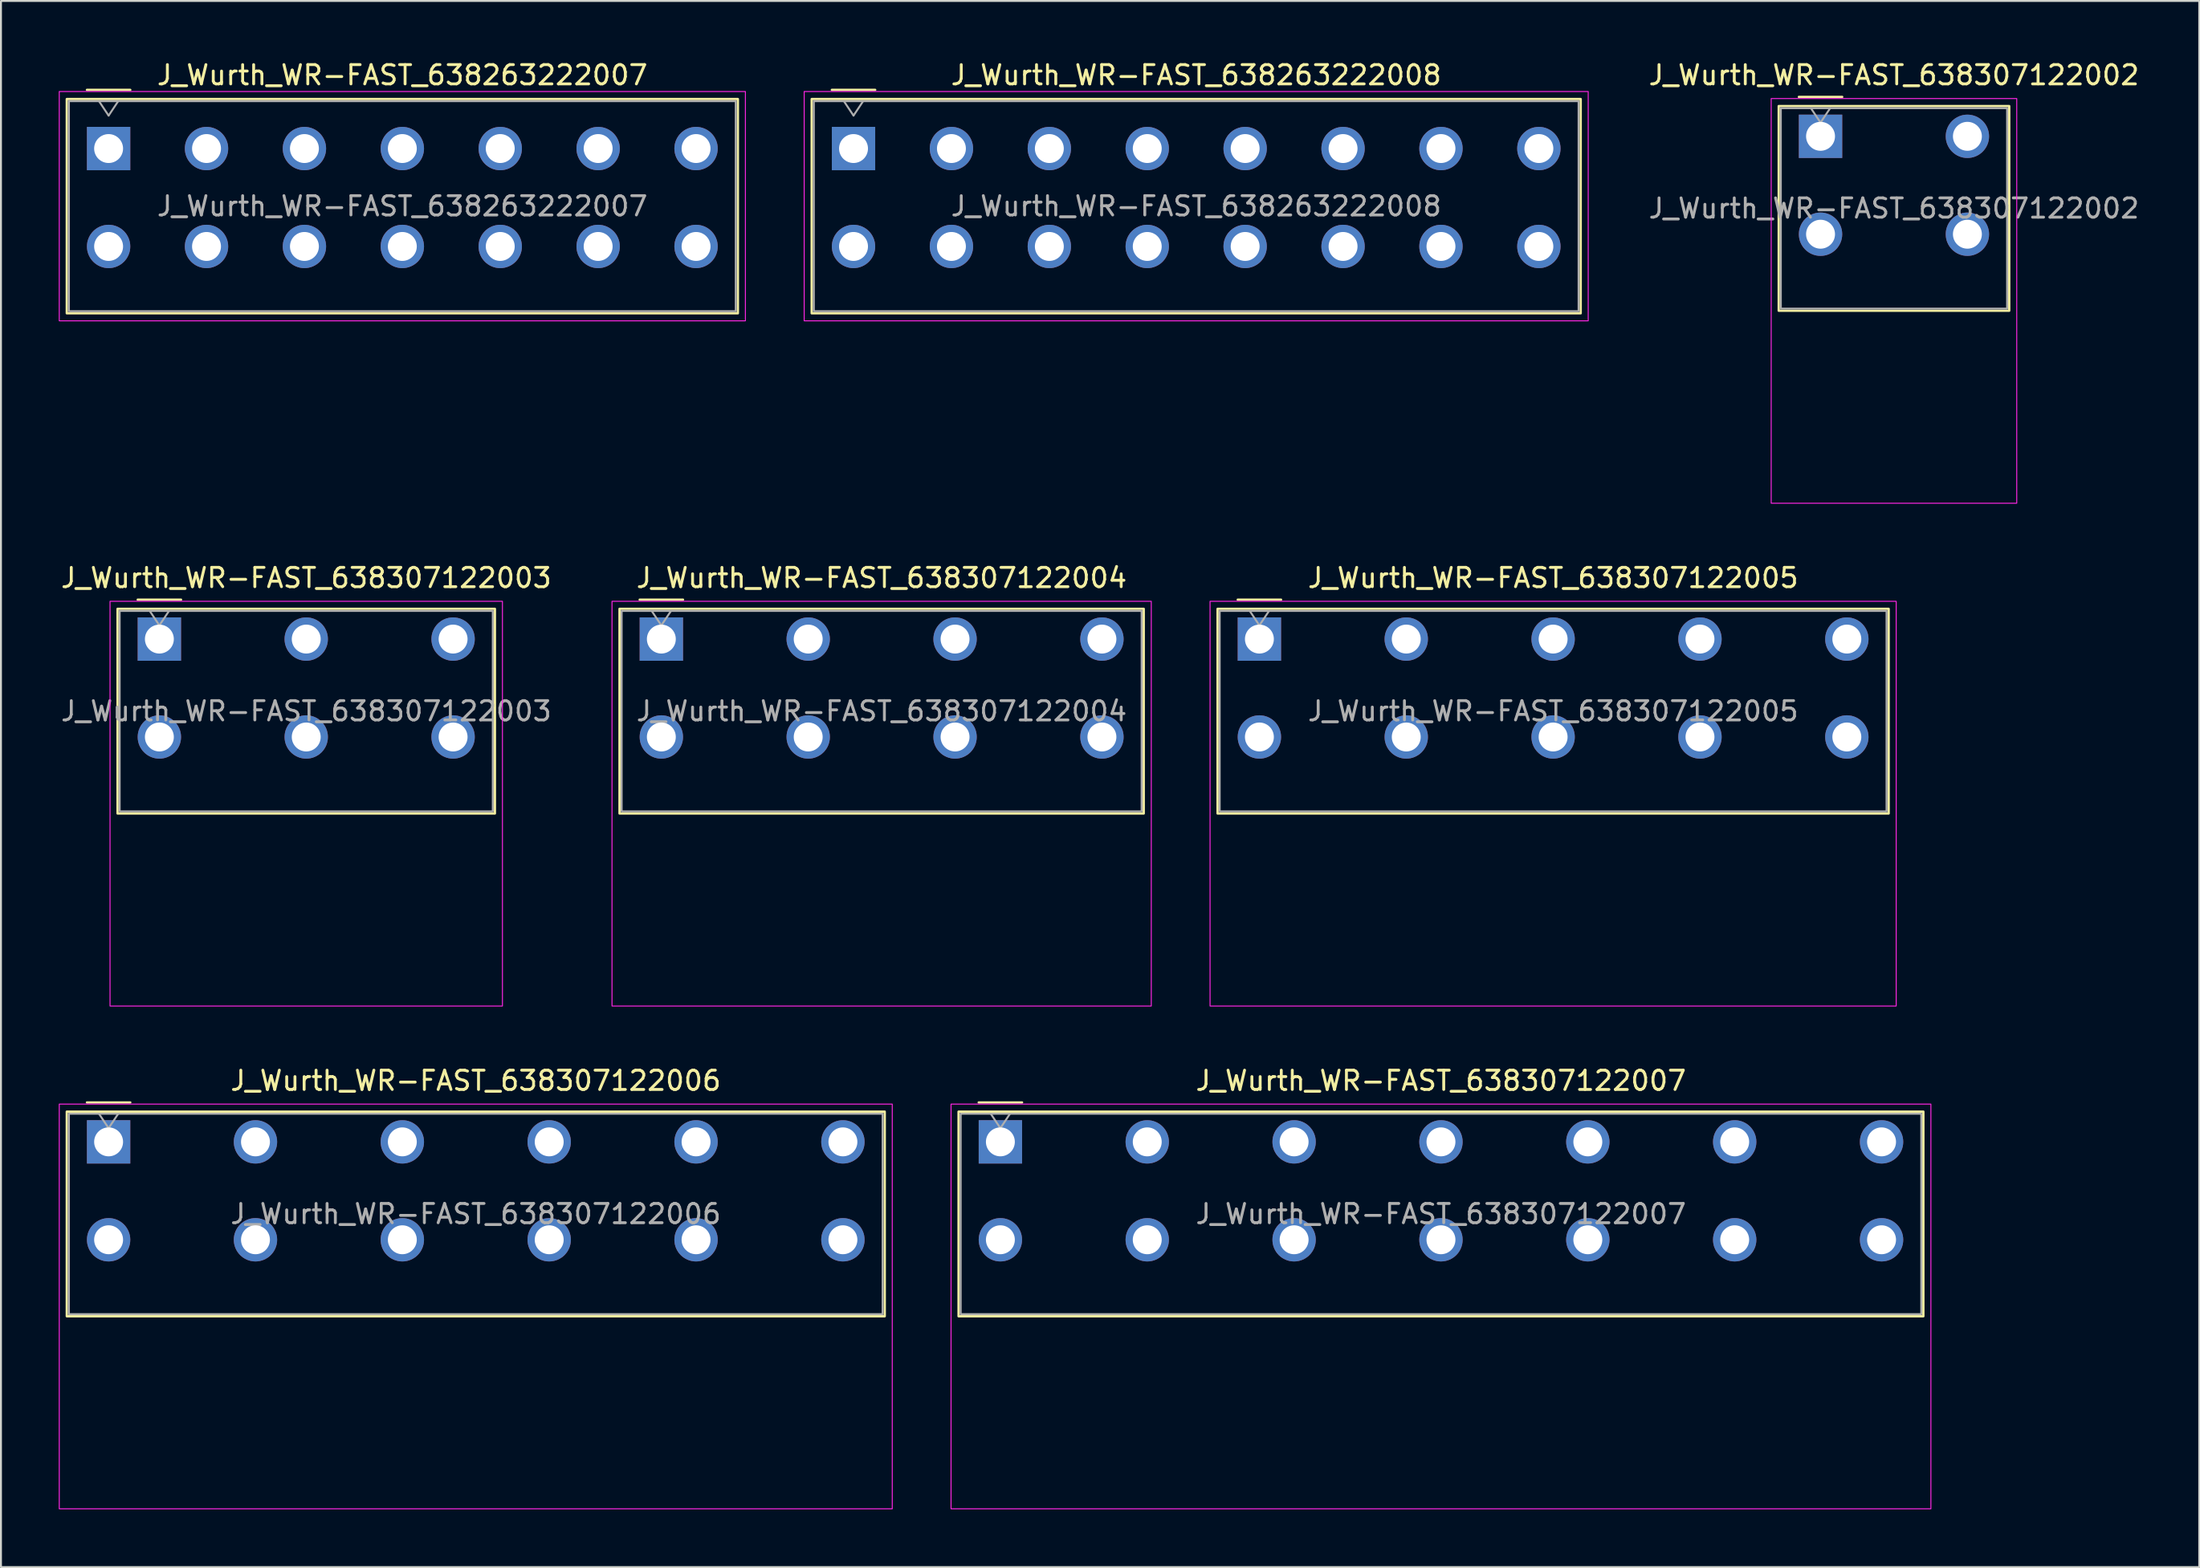
<source format=kicad_pcb>
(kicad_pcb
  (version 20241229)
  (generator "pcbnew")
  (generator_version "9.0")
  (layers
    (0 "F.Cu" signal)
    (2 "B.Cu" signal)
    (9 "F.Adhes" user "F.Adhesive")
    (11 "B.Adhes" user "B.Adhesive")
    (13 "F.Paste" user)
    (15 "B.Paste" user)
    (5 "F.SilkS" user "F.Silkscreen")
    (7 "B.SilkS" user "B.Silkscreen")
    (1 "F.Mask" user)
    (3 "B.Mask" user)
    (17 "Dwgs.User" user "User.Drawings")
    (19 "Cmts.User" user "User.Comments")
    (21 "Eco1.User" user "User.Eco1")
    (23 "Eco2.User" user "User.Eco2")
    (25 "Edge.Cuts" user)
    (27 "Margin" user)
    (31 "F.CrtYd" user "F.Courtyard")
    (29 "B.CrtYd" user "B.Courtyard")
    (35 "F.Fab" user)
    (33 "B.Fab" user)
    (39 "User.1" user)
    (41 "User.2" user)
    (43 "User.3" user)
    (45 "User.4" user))
  (footprint "J_Wurth_WR-FAST_638307122002"
    (layer "F.Cu")
    (at 91.409 4.023)
    (property "Reference" "J_Wurth_WR-FAST_638307122002" (at 3.81 -3.175 0) (unlocked yes) (layer "F.SilkS") (effects (font (size 1 1) (thickness 0.15))))
    (attr smd)
    (fp_line (start -1.125 -2.045) (end 1.125 -2.045) (stroke (width 0.12) (type solid)) (layer "F.SilkS"))
    (fp_rect (start -2.17 -1.57) (end 9.79 9.05) (stroke (width 0.12) (type solid)) (fill no) (layer "F.SilkS"))
    (fp_rect (start -2.56 -1.96) (end 10.18 19.04) (stroke (width 0.05) (type solid)) (fill no) (layer "F.CrtYd"))
    (fp_line (start 0 -0.71) (end -0.5 -1.46) (stroke (width 0.1) (type solid)) (layer "F.Fab"))
    (fp_line (start 0 -0.71) (end 0.5 -1.46) (stroke (width 0.1) (type solid)) (layer "F.Fab"))
    (fp_rect (start -2.06 -1.46) (end 9.68 8.94) (stroke (width 0.1) (type solid)) (fill no) (layer "F.Fab"))
    (fp_text user "${REFERENCE}" (at 3.81 3.74 0) (unlocked yes) (layer "F.Fab") (effects (font (size 1 1) (thickness 0.15))))
    (pad "1" thru_hole rect (at 0 0) (size 2.25 2.25) (drill 1.5) (layers "*.Cu" "*.Mask"))
    (pad "2" thru_hole circle (at 7.62 0) (size 2.25 2.25) (drill 1.5) (layers "*.Cu" "*.Mask"))
    (pad "A1" thru_hole circle (at 0 5.08) (size 2.25 2.25) (drill 1.5) (layers "*.Cu" "*.Mask"))
    (pad "A2" thru_hole circle (at 7.62 5.08) (size 2.25 2.25) (drill 1.5) (layers "*.Cu" "*.Mask")))
  (footprint "J_Wurth_WR-FAST_638263222007"
    (layer "F.Cu")
    (at 2.585 4.658)
    (property "Reference" "J_Wurth_WR-FAST_638263222007" (at 15.24 -3.81 0) (unlocked yes) (layer "F.SilkS") (effects (font (size 1 1) (thickness 0.15))))
    (attr through_hole)
    (fp_line (start -1.125 -3.045) (end 1.125 -3.045) (stroke (width 0.12) (type solid)) (layer "F.SilkS"))
    (fp_rect (start -2.17 -2.57) (end 32.65 8.55) (stroke (width 0.12) (type solid)) (fill no) (layer "F.SilkS"))
    (fp_rect (start -2.56 -2.96) (end 33.04 8.94) (stroke (width 0.05) (type solid)) (fill no) (layer "F.CrtYd"))
    (fp_line (start 0 -1.71) (end -0.5 -2.46) (stroke (width 0.1) (type solid)) (layer "F.Fab"))
    (fp_line (start 0 -1.71) (end 0.5 -2.46) (stroke (width 0.1) (type solid)) (layer "F.Fab"))
    (fp_rect (start -2.06 -2.46) (end 32.54 8.44) (stroke (width 0.1) (type solid)) (fill no) (layer "F.Fab"))
    (fp_text user "${REFERENCE}" (at 15.24 2.99 0) (unlocked yes) (layer "F.Fab") (effects (font (size 1 1) (thickness 0.15))))
    (pad "1" thru_hole rect (at 0 0) (size 2.25 2.25) (drill 1.5) (layers "*.Cu" "*.Mask"))
    (pad "2" thru_hole circle (at 5.08 0) (size 2.25 2.25) (drill 1.5) (layers "*.Cu" "*.Mask"))
    (pad "3" thru_hole circle (at 10.16 0) (size 2.25 2.25) (drill 1.5) (layers "*.Cu" "*.Mask"))
    (pad "4" thru_hole circle (at 15.24 0) (size 2.25 2.25) (drill 1.5) (layers "*.Cu" "*.Mask"))
    (pad "5" thru_hole circle (at 20.32 0) (size 2.25 2.25) (drill 1.5) (layers "*.Cu" "*.Mask"))
    (pad "6" thru_hole circle (at 25.4 0) (size 2.25 2.25) (drill 1.5) (layers "*.Cu" "*.Mask"))
    (pad "7" thru_hole circle (at 30.48 0) (size 2.25 2.25) (drill 1.5) (layers "*.Cu" "*.Mask"))
    (pad "A1" thru_hole circle (at 0 5.08) (size 2.25 2.25) (drill 1.5) (layers "*.Cu" "*.Mask"))
    (pad "A2" thru_hole circle (at 5.08 5.08) (size 2.25 2.25) (drill 1.5) (layers "*.Cu" "*.Mask"))
    (pad "A3" thru_hole circle (at 10.16 5.08) (size 2.25 2.25) (drill 1.5) (layers "*.Cu" "*.Mask"))
    (pad "A4" thru_hole circle (at 15.24 5.08) (size 2.25 2.25) (drill 1.5) (layers "*.Cu" "*.Mask"))
    (pad "A5" thru_hole circle (at 20.32 5.08) (size 2.25 2.25) (drill 1.5) (layers "*.Cu" "*.Mask"))
    (pad "A6" thru_hole circle (at 25.4 5.08) (size 2.25 2.25) (drill 1.5) (layers "*.Cu" "*.Mask"))
    (pad "A7" thru_hole circle (at 30.48 5.08) (size 2.25 2.25) (drill 1.5) (layers "*.Cu" "*.Mask")))
  (footprint "J_Wurth_WR-FAST_638307122003"
    (layer "F.Cu")
    (at 5.219 30.111)
    (property "Reference" "J_Wurth_WR-FAST_638307122003" (at 7.62 -3.175 0) (unlocked yes) (layer "F.SilkS") (effects (font (size 1 1) (thickness 0.15))))
    (attr smd)
    (fp_line (start -1.125 -2.045) (end 1.125 -2.045) (stroke (width 0.12) (type solid)) (layer "F.SilkS"))
    (fp_rect (start -2.17 -1.57) (end 17.41 9.05) (stroke (width 0.12) (type solid)) (fill no) (layer "F.SilkS"))
    (fp_rect (start -2.56 -1.96) (end 17.8 19.04) (stroke (width 0.05) (type solid)) (fill no) (layer "F.CrtYd"))
    (fp_line (start 0 -0.71) (end -0.5 -1.46) (stroke (width 0.1) (type solid)) (layer "F.Fab"))
    (fp_line (start 0 -0.71) (end 0.5 -1.46) (stroke (width 0.1) (type solid)) (layer "F.Fab"))
    (fp_rect (start -2.06 -1.46) (end 17.3 8.94) (stroke (width 0.1) (type solid)) (fill no) (layer "F.Fab"))
    (fp_text user "${REFERENCE}" (at 7.62 3.74 0) (unlocked yes) (layer "F.Fab") (effects (font (size 1 1) (thickness 0.15))))
    (pad "1" thru_hole rect (at 0 0) (size 2.25 2.25) (drill 1.5) (layers "*.Cu" "*.Mask"))
    (pad "2" thru_hole circle (at 7.62 0) (size 2.25 2.25) (drill 1.5) (layers "*.Cu" "*.Mask"))
    (pad "3" thru_hole circle (at 15.24 0) (size 2.25 2.25) (drill 1.5) (layers "*.Cu" "*.Mask"))
    (pad "A1" thru_hole circle (at 0 5.08) (size 2.25 2.25) (drill 1.5) (layers "*.Cu" "*.Mask"))
    (pad "A2" thru_hole circle (at 7.62 5.08) (size 2.25 2.25) (drill 1.5) (layers "*.Cu" "*.Mask"))
    (pad "A3" thru_hole circle (at 15.24 5.08) (size 2.25 2.25) (drill 1.5) (layers "*.Cu" "*.Mask")))
  (footprint "J_Wurth_WR-FAST_638307122007"
    (layer "F.Cu")
    (at 48.855 56.2)
    (property "Reference" "J_Wurth_WR-FAST_638307122007" (at 22.86 -3.175 0) (unlocked yes) (layer "F.SilkS") (effects (font (size 1 1) (thickness 0.15))))
    (attr smd)
    (fp_line (start -1.125 -2.045) (end 1.125 -2.045) (stroke (width 0.12) (type solid)) (layer "F.SilkS"))
    (fp_rect (start -2.17 -1.57) (end 47.89 9.05) (stroke (width 0.12) (type solid)) (fill no) (layer "F.SilkS"))
    (fp_rect (start -2.56 -1.96) (end 48.28 19.04) (stroke (width 0.05) (type solid)) (fill no) (layer "F.CrtYd"))
    (fp_line (start 0 -0.71) (end -0.5 -1.46) (stroke (width 0.1) (type solid)) (layer "F.Fab"))
    (fp_line (start 0 -0.71) (end 0.5 -1.46) (stroke (width 0.1) (type solid)) (layer "F.Fab"))
    (fp_rect (start -2.06 -1.46) (end 47.78 8.94) (stroke (width 0.1) (type solid)) (fill no) (layer "F.Fab"))
    (fp_text user "${REFERENCE}" (at 22.86 3.74 0) (unlocked yes) (layer "F.Fab") (effects (font (size 1 1) (thickness 0.15))))
    (pad "1" thru_hole rect (at 0 0) (size 2.25 2.25) (drill 1.5) (layers "*.Cu" "*.Mask"))
    (pad "2" thru_hole circle (at 7.62 0) (size 2.25 2.25) (drill 1.5) (layers "*.Cu" "*.Mask"))
    (pad "3" thru_hole circle (at 15.24 0) (size 2.25 2.25) (drill 1.5) (layers "*.Cu" "*.Mask"))
    (pad "4" thru_hole circle (at 22.86 0) (size 2.25 2.25) (drill 1.5) (layers "*.Cu" "*.Mask"))
    (pad "5" thru_hole circle (at 30.48 0) (size 2.25 2.25) (drill 1.5) (layers "*.Cu" "*.Mask"))
    (pad "6" thru_hole circle (at 38.1 0) (size 2.25 2.25) (drill 1.5) (layers "*.Cu" "*.Mask"))
    (pad "7" thru_hole circle (at 45.72 0) (size 2.25 2.25) (drill 1.5) (layers "*.Cu" "*.Mask"))
    (pad "A1" thru_hole circle (at 0 5.08) (size 2.25 2.25) (drill 1.5) (layers "*.Cu" "*.Mask"))
    (pad "A2" thru_hole circle (at 7.62 5.08) (size 2.25 2.25) (drill 1.5) (layers "*.Cu" "*.Mask"))
    (pad "A3" thru_hole circle (at 15.24 5.08) (size 2.25 2.25) (drill 1.5) (layers "*.Cu" "*.Mask"))
    (pad "A4" thru_hole circle (at 22.86 5.08) (size 2.25 2.25) (drill 1.5) (layers "*.Cu" "*.Mask"))
    (pad "A5" thru_hole circle (at 30.48 5.08) (size 2.25 2.25) (drill 1.5) (layers "*.Cu" "*.Mask"))
    (pad "A6" thru_hole circle (at 38.1 5.08) (size 2.25 2.25) (drill 1.5) (layers "*.Cu" "*.Mask"))
    (pad "A7" thru_hole circle (at 45.72 5.08) (size 2.25 2.25) (drill 1.5) (layers "*.Cu" "*.Mask")))
  (footprint "J_Wurth_WR-FAST_638307122006"
    (layer "F.Cu")
    (at 2.585 56.2)
    (property "Reference" "J_Wurth_WR-FAST_638307122006" (at 19.05 -3.175 0) (unlocked yes) (layer "F.SilkS") (effects (font (size 1 1) (thickness 0.15))))
    (attr smd)
    (fp_line (start -1.125 -2.045) (end 1.125 -2.045) (stroke (width 0.12) (type solid)) (layer "F.SilkS"))
    (fp_rect (start -2.17 -1.57) (end 40.27 9.05) (stroke (width 0.12) (type solid)) (fill no) (layer "F.SilkS"))
    (fp_rect (start -2.56 -1.96) (end 40.66 19.04) (stroke (width 0.05) (type solid)) (fill no) (layer "F.CrtYd"))
    (fp_line (start 0 -0.71) (end -0.5 -1.46) (stroke (width 0.1) (type solid)) (layer "F.Fab"))
    (fp_line (start 0 -0.71) (end 0.5 -1.46) (stroke (width 0.1) (type solid)) (layer "F.Fab"))
    (fp_rect (start -2.06 -1.46) (end 40.16 8.94) (stroke (width 0.1) (type solid)) (fill no) (layer "F.Fab"))
    (fp_text user "${REFERENCE}" (at 19.05 3.74 0) (unlocked yes) (layer "F.Fab") (effects (font (size 1 1) (thickness 0.15))))
    (pad "1" thru_hole rect (at 0 0) (size 2.25 2.25) (drill 1.5) (layers "*.Cu" "*.Mask"))
    (pad "2" thru_hole circle (at 7.62 0) (size 2.25 2.25) (drill 1.5) (layers "*.Cu" "*.Mask"))
    (pad "3" thru_hole circle (at 15.24 0) (size 2.25 2.25) (drill 1.5) (layers "*.Cu" "*.Mask"))
    (pad "4" thru_hole circle (at 22.86 0) (size 2.25 2.25) (drill 1.5) (layers "*.Cu" "*.Mask"))
    (pad "5" thru_hole circle (at 30.48 0) (size 2.25 2.25) (drill 1.5) (layers "*.Cu" "*.Mask"))
    (pad "6" thru_hole circle (at 38.1 0) (size 2.25 2.25) (drill 1.5) (layers "*.Cu" "*.Mask"))
    (pad "A1" thru_hole circle (at 0 5.08) (size 2.25 2.25) (drill 1.5) (layers "*.Cu" "*.Mask"))
    (pad "A2" thru_hole circle (at 7.62 5.08) (size 2.25 2.25) (drill 1.5) (layers "*.Cu" "*.Mask"))
    (pad "A3" thru_hole circle (at 15.24 5.08) (size 2.25 2.25) (drill 1.5) (layers "*.Cu" "*.Mask"))
    (pad "A4" thru_hole circle (at 22.86 5.08) (size 2.25 2.25) (drill 1.5) (layers "*.Cu" "*.Mask"))
    (pad "A5" thru_hole circle (at 30.48 5.08) (size 2.25 2.25) (drill 1.5) (layers "*.Cu" "*.Mask"))
    (pad "A6" thru_hole circle (at 38.1 5.08) (size 2.25 2.25) (drill 1.5) (layers "*.Cu" "*.Mask")))
  (footprint "J_Wurth_WR-FAST_638263222008"
    (layer "F.Cu")
    (at 41.235 4.658)
    (property "Reference" "J_Wurth_WR-FAST_638263222008" (at 17.78 -3.81 0) (unlocked yes) (layer "F.SilkS") (effects (font (size 1 1) (thickness 0.15))))
    (attr through_hole)
    (fp_line (start -1.125 -3.045) (end 1.125 -3.045) (stroke (width 0.12) (type solid)) (layer "F.SilkS"))
    (fp_rect (start -2.17 -2.57) (end 37.73 8.55) (stroke (width 0.12) (type solid)) (fill no) (layer "F.SilkS"))
    (fp_rect (start -2.56 -2.96) (end 38.12 8.94) (stroke (width 0.05) (type solid)) (fill no) (layer "F.CrtYd"))
    (fp_line (start 0 -1.71) (end -0.5 -2.46) (stroke (width 0.1) (type solid)) (layer "F.Fab"))
    (fp_line (start 0 -1.71) (end 0.5 -2.46) (stroke (width 0.1) (type solid)) (layer "F.Fab"))
    (fp_rect (start -2.06 -2.46) (end 37.62 8.44) (stroke (width 0.1) (type solid)) (fill no) (layer "F.Fab"))
    (fp_text user "${REFERENCE}" (at 17.78 2.99 0) (unlocked yes) (layer "F.Fab") (effects (font (size 1 1) (thickness 0.15))))
    (pad "1" thru_hole rect (at 0 0) (size 2.25 2.25) (drill 1.5) (layers "*.Cu" "*.Mask"))
    (pad "2" thru_hole circle (at 5.08 0) (size 2.25 2.25) (drill 1.5) (layers "*.Cu" "*.Mask"))
    (pad "3" thru_hole circle (at 10.16 0) (size 2.25 2.25) (drill 1.5) (layers "*.Cu" "*.Mask"))
    (pad "4" thru_hole circle (at 15.24 0) (size 2.25 2.25) (drill 1.5) (layers "*.Cu" "*.Mask"))
    (pad "5" thru_hole circle (at 20.32 0) (size 2.25 2.25) (drill 1.5) (layers "*.Cu" "*.Mask"))
    (pad "6" thru_hole circle (at 25.4 0) (size 2.25 2.25) (drill 1.5) (layers "*.Cu" "*.Mask"))
    (pad "7" thru_hole circle (at 30.48 0) (size 2.25 2.25) (drill 1.5) (layers "*.Cu" "*.Mask"))
    (pad "8" thru_hole circle (at 35.56 0) (size 2.25 2.25) (drill 1.5) (layers "*.Cu" "*.Mask"))
    (pad "A1" thru_hole circle (at 0 5.08) (size 2.25 2.25) (drill 1.5) (layers "*.Cu" "*.Mask"))
    (pad "A2" thru_hole circle (at 5.08 5.08) (size 2.25 2.25) (drill 1.5) (layers "*.Cu" "*.Mask"))
    (pad "A3" thru_hole circle (at 10.16 5.08) (size 2.25 2.25) (drill 1.5) (layers "*.Cu" "*.Mask"))
    (pad "A4" thru_hole circle (at 15.24 5.08) (size 2.25 2.25) (drill 1.5) (layers "*.Cu" "*.Mask"))
    (pad "A5" thru_hole circle (at 20.32 5.08) (size 2.25 2.25) (drill 1.5) (layers "*.Cu" "*.Mask"))
    (pad "A6" thru_hole circle (at 25.4 5.08) (size 2.25 2.25) (drill 1.5) (layers "*.Cu" "*.Mask"))
    (pad "A7" thru_hole circle (at 30.48 5.08) (size 2.25 2.25) (drill 1.5) (layers "*.Cu" "*.Mask"))
    (pad "A8" thru_hole circle (at 35.56 5.08) (size 2.25 2.25) (drill 1.5) (layers "*.Cu" "*.Mask")))
  (footprint "J_Wurth_WR-FAST_638307122004"
    (layer "F.Cu")
    (at 31.264 30.111)
    (property "Reference" "J_Wurth_WR-FAST_638307122004" (at 11.43 -3.175 0) (unlocked yes) (layer "F.SilkS") (effects (font (size 1 1) (thickness 0.15))))
    (attr smd)
    (fp_line (start -1.125 -2.045) (end 1.125 -2.045) (stroke (width 0.12) (type solid)) (layer "F.SilkS"))
    (fp_rect (start -2.17 -1.57) (end 25.03 9.05) (stroke (width 0.12) (type solid)) (fill no) (layer "F.SilkS"))
    (fp_rect (start -2.56 -1.96) (end 25.42 19.04) (stroke (width 0.05) (type solid)) (fill no) (layer "F.CrtYd"))
    (fp_line (start 0 -0.71) (end -0.5 -1.46) (stroke (width 0.1) (type solid)) (layer "F.Fab"))
    (fp_line (start 0 -0.71) (end 0.5 -1.46) (stroke (width 0.1) (type solid)) (layer "F.Fab"))
    (fp_rect (start -2.06 -1.46) (end 24.92 8.94) (stroke (width 0.1) (type solid)) (fill no) (layer "F.Fab"))
    (fp_text user "${REFERENCE}" (at 11.43 3.74 0) (unlocked yes) (layer "F.Fab") (effects (font (size 1 1) (thickness 0.15))))
    (pad "1" thru_hole rect (at 0 0) (size 2.25 2.25) (drill 1.5) (layers "*.Cu" "*.Mask"))
    (pad "2" thru_hole circle (at 7.62 0) (size 2.25 2.25) (drill 1.5) (layers "*.Cu" "*.Mask"))
    (pad "3" thru_hole circle (at 15.24 0) (size 2.25 2.25) (drill 1.5) (layers "*.Cu" "*.Mask"))
    (pad "4" thru_hole circle (at 22.86 0) (size 2.25 2.25) (drill 1.5) (layers "*.Cu" "*.Mask"))
    (pad "A1" thru_hole circle (at 0 5.08) (size 2.25 2.25) (drill 1.5) (layers "*.Cu" "*.Mask"))
    (pad "A2" thru_hole circle (at 7.62 5.08) (size 2.25 2.25) (drill 1.5) (layers "*.Cu" "*.Mask"))
    (pad "A3" thru_hole circle (at 15.24 5.08) (size 2.25 2.25) (drill 1.5) (layers "*.Cu" "*.Mask"))
    (pad "A4" thru_hole circle (at 22.86 5.08) (size 2.25 2.25) (drill 1.5) (layers "*.Cu" "*.Mask")))
  (footprint "J_Wurth_WR-FAST_638307122005"
    (layer "F.Cu")
    (at 62.294 30.111)
    (property "Reference" "J_Wurth_WR-FAST_638307122005" (at 15.24 -3.175 0) (unlocked yes) (layer "F.SilkS") (effects (font (size 1 1) (thickness 0.15))))
    (attr smd)
    (fp_line (start -1.125 -2.045) (end 1.125 -2.045) (stroke (width 0.12) (type solid)) (layer "F.SilkS"))
    (fp_rect (start -2.17 -1.57) (end 32.65 9.05) (stroke (width 0.12) (type solid)) (fill no) (layer "F.SilkS"))
    (fp_rect (start -2.56 -1.96) (end 33.04 19.04) (stroke (width 0.05) (type solid)) (fill no) (layer "F.CrtYd"))
    (fp_line (start 0 -0.71) (end -0.5 -1.46) (stroke (width 0.1) (type solid)) (layer "F.Fab"))
    (fp_line (start 0 -0.71) (end 0.5 -1.46) (stroke (width 0.1) (type solid)) (layer "F.Fab"))
    (fp_rect (start -2.06 -1.46) (end 32.54 8.94) (stroke (width 0.1) (type solid)) (fill no) (layer "F.Fab"))
    (fp_text user "${REFERENCE}" (at 15.24 3.74 0) (unlocked yes) (layer "F.Fab") (effects (font (size 1 1) (thickness 0.15))))
    (pad "1" thru_hole rect (at 0 0) (size 2.25 2.25) (drill 1.5) (layers "*.Cu" "*.Mask"))
    (pad "2" thru_hole circle (at 7.62 0) (size 2.25 2.25) (drill 1.5) (layers "*.Cu" "*.Mask"))
    (pad "3" thru_hole circle (at 15.24 0) (size 2.25 2.25) (drill 1.5) (layers "*.Cu" "*.Mask"))
    (pad "4" thru_hole circle (at 22.86 0) (size 2.25 2.25) (drill 1.5) (layers "*.Cu" "*.Mask"))
    (pad "5" thru_hole circle (at 30.48 0) (size 2.25 2.25) (drill 1.5) (layers "*.Cu" "*.Mask"))
    (pad "A1" thru_hole circle (at 0 5.08) (size 2.25 2.25) (drill 1.5) (layers "*.Cu" "*.Mask"))
    (pad "A2" thru_hole circle (at 7.62 5.08) (size 2.25 2.25) (drill 1.5) (layers "*.Cu" "*.Mask"))
    (pad "A3" thru_hole circle (at 15.24 5.08) (size 2.25 2.25) (drill 1.5) (layers "*.Cu" "*.Mask"))
    (pad "A4" thru_hole circle (at 22.86 5.08) (size 2.25 2.25) (drill 1.5) (layers "*.Cu" "*.Mask"))
    (pad "A5" thru_hole circle (at 30.48 5.08) (size 2.25 2.25) (drill 1.5) (layers "*.Cu" "*.Mask")))
  (gr_rect
    (start -3 -3)
    (end 111.059 78.265)
    (stroke (width 0.1) (type default))
    (fill no)
    (layer "Edge.Cuts")))
</source>
